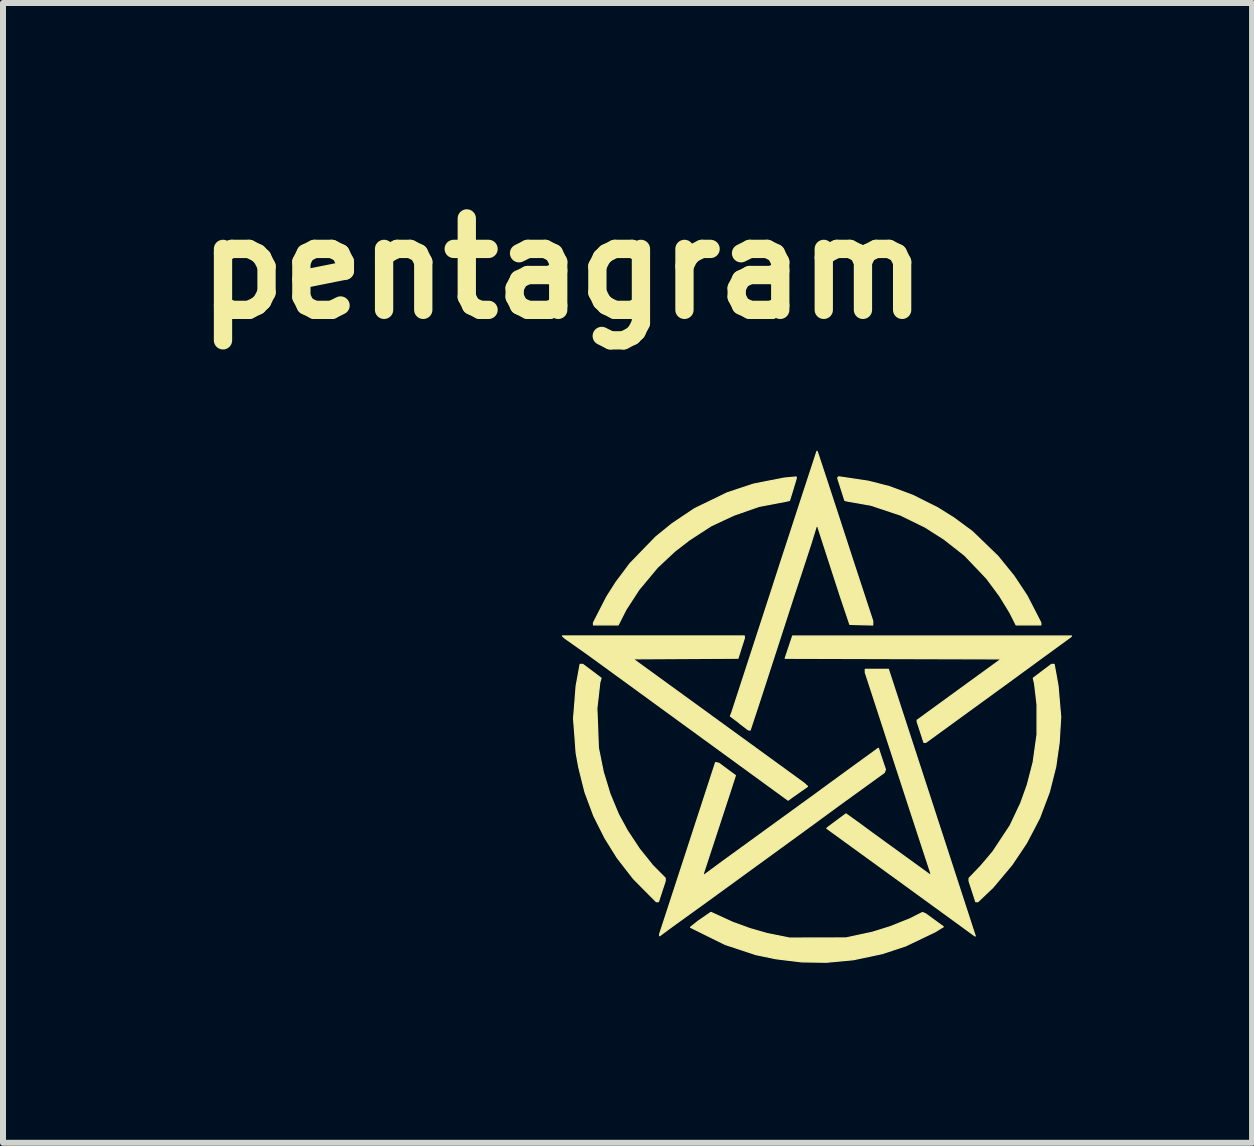
<source format=kicad_pcb>
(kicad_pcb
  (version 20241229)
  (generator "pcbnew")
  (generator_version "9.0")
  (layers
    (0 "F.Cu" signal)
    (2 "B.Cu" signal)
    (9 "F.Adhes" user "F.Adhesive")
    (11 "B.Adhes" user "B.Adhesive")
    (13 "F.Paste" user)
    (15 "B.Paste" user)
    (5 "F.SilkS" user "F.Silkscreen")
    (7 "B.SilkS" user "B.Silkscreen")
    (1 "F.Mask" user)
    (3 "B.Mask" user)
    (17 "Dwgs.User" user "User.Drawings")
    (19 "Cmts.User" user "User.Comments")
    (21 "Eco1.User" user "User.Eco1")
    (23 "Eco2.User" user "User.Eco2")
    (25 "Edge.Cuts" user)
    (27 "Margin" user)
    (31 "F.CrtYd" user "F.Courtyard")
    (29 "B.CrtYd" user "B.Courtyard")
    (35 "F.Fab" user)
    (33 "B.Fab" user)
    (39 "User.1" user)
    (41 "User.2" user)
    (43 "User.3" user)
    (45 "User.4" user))
  (footprint "pentagram"
    (layer "F.Cu")
    (at 6.328 4.474)
    (property "Reference" "pentagram" (at 0 -3.048 0) (layer "F.SilkS") (effects (font (size 1.524 1.524) (thickness 0.305))))
    (attr exclude_from_pos_files exclude_from_bom)
    (fp_poly (pts (xy 5.968 4.678) (xy 5.912 4.507) (xy 5.912 4.494) (xy 5.912 4.482) (xy 6.616 3.97) (xy 7.32 3.459) (xy 5.516 3.454) (xy 3.712 3.449) (xy 3.774 3.264) (xy 3.836 3.079) (xy 6.151 3.079) (xy 8.466 3.079) (xy 8.483 3.079) (xy 8.466 3.095) (xy 7.946 3.474) (xy 7.426 3.854) (xy 6.741 4.352) (xy 6.056 4.85) (xy 6.04 4.85) (xy 6.024 4.85) (xy 5.968 4.678)) (stroke (width 0.021) (type solid)) (fill yes) (layer "F.SilkS"))
    (fp_poly (pts (xy 2.092 4.6) (xy 0.423 3.385) (xy 0.233 3.251) (xy 0.043 3.117) (xy 0.02 3.097) (xy 0 3.078) (xy 1.524 3.078) (xy 3.029 3.078) (xy 3.029 3.097) (xy 3.029 3.117) (xy 2.976 3.282) (xy 2.924 3.448) (xy 2.046 3.453) (xy 1.168 3.458) (xy 2.598 4.496) (xy 4.027 5.534) (xy 4.055 5.56) (xy 4.083 5.585) (xy 3.955 5.675) (xy 3.827 5.765) (xy 3.793 5.79) (xy 3.76 5.814) (xy 2.092 4.6)) (stroke (width 0.021) (type solid)) (fill yes) (layer "F.SilkS"))
    (fp_poly (pts (xy 6.396 7.729) (xy 5.943 7.4) (xy 5.511 7.086) (xy 5.078 6.772) (xy 4.743 6.529) (xy 4.407 6.285) (xy 4.415 6.277) (xy 4.423 6.269) (xy 4.573 6.157) (xy 4.724 6.045) (xy 4.829 6.12) (xy 4.934 6.195) (xy 5.037 6.271) (xy 5.14 6.347) (xy 5.639 6.709) (xy 6.139 7.071) (xy 6.139 7.051) (xy 6.139 7.031) (xy 5.965 6.501) (xy 5.792 5.972) (xy 5.513 5.117) (xy 5.235 4.262) (xy 5.141 3.974) (xy 5.047 3.686) (xy 5.047 3.66) (xy 5.047 3.634) (xy 5.239 3.634) (xy 5.431 3.634) (xy 6.149 5.838) (xy 6.866 8.042) (xy 6.879 8.079) (xy 6.849 8.059) (xy 6.396 7.729)) (stroke (width 0.021) (type solid)) (fill yes) (layer "F.SilkS"))
    (fp_poly (pts (xy 1.621 8.042) (xy 1.628 8.02) (xy 2.053 6.718) (xy 2.477 5.416) (xy 2.514 5.302) (xy 2.551 5.189) (xy 2.579 5.195) (xy 2.606 5.201) (xy 2.743 5.303) (xy 2.88 5.404) (xy 2.812 5.615) (xy 2.743 5.826) (xy 2.546 6.428) (xy 2.349 7.029) (xy 2.349 7.051) (xy 2.349 7.073) (xy 2.499 6.962) (xy 2.648 6.852) (xy 3.451 6.269) (xy 4.255 5.686) (xy 4.347 5.618) (xy 4.44 5.55) (xy 4.852 5.25) (xy 5.264 4.951) (xy 5.322 5.127) (xy 5.381 5.302) (xy 5.372 5.328) (xy 5.363 5.353) (xy 4.995 5.619) (xy 4.627 5.885) (xy 4.328 6.104) (xy 4.03 6.322) (xy 3.209 6.919) (xy 2.389 7.515) (xy 2.107 7.718) (xy 1.826 7.921) (xy 1.728 7.993) (xy 1.618 8.074) (xy 1.621 8.042)) (stroke (width 0.021) (type solid)) (fill yes) (layer "F.SilkS"))
    (fp_poly (pts (xy 2.95 4.527) (xy 2.799 4.414) (xy 2.81 4.384) (xy 2.822 4.355) (xy 3.092 3.526) (xy 3.362 2.697) (xy 3.496 2.285) (xy 3.629 1.873) (xy 3.784 1.399) (xy 3.938 0.926) (xy 4.083 0.483) (xy 4.228 0.04) (xy 4.233 0.023) (xy 4.242 0) (xy 4.252 0.027) (xy 4.263 0.059) (xy 4.416 0.523) (xy 4.568 0.988) (xy 4.702 1.399) (xy 4.836 1.811) (xy 5.003 2.32) (xy 5.17 2.829) (xy 5.17 2.862) (xy 5.17 2.894) (xy 4.979 2.889) (xy 4.789 2.884) (xy 4.706 2.637) (xy 4.623 2.39) (xy 4.438 1.819) (xy 4.253 1.247) (xy 4.242 1.247) (xy 4.23 1.247) (xy 4.184 1.396) (xy 4.138 1.545) (xy 3.986 2.009) (xy 3.834 2.472) (xy 3.564 3.306) (xy 3.293 4.141) (xy 3.21 4.393) (xy 3.127 4.645) (xy 3.114 4.644) (xy 3.1 4.644) (xy 2.949 4.53) (xy 2.95 4.527)) (stroke (width 0.021) (type solid)) (fill yes) (layer "F.SilkS"))
    (fp_poly (pts (xy 3.77 8.484) (xy 3.554 8.457) (xy 3.389 8.423) (xy 3.224 8.389) (xy 2.968 8.304) (xy 2.713 8.22) (xy 2.423 8.077) (xy 2.134 7.934) (xy 2.195 7.885) (xy 2.256 7.836) (xy 2.365 7.761) (xy 2.473 7.686) (xy 2.653 7.768) (xy 2.833 7.851) (xy 2.977 7.903) (xy 3.121 7.956) (xy 3.266 7.998) (xy 3.41 8.039) (xy 3.595 8.076) (xy 3.781 8.114) (xy 4.254 8.113) (xy 4.728 8.112) (xy 4.944 8.065) (xy 5.16 8.019) (xy 5.315 7.971) (xy 5.469 7.923) (xy 5.63 7.858) (xy 5.791 7.794) (xy 5.895 7.741) (xy 5.999 7.689) (xy 6.025 7.699) (xy 6.051 7.71) (xy 6.198 7.817) (xy 6.346 7.925) (xy 6.278 7.966) (xy 6.211 8.008) (xy 5.964 8.126) (xy 5.717 8.244) (xy 5.523 8.308) (xy 5.329 8.372) (xy 5.088 8.423) (xy 4.847 8.474) (xy 4.623 8.495) (xy 4.398 8.516) (xy 4.192 8.513) (xy 3.987 8.51) (xy 3.77 8.483) (xy 3.77 8.484)) (stroke (width 0.021) (type solid)) (fill yes) (layer "F.SilkS"))
    (fp_poly (pts (xy 7.508 2.788) (xy 7.455 2.684) (xy 7.371 2.547) (xy 7.287 2.41) (xy 7.179 2.264) (xy 7.071 2.118) (xy 6.888 1.926) (xy 6.705 1.734) (xy 6.531 1.597) (xy 6.357 1.461) (xy 6.201 1.362) (xy 6.046 1.263) (xy 5.84 1.162) (xy 5.634 1.061) (xy 5.387 0.979) (xy 5.14 0.897) (xy 4.944 0.862) (xy 4.748 0.828) (xy 4.727 0.823) (xy 4.706 0.818) (xy 4.646 0.63) (xy 4.587 0.443) (xy 4.596 0.434) (xy 4.605 0.425) (xy 4.852 0.462) (xy 5.099 0.499) (xy 5.274 0.544) (xy 5.449 0.589) (xy 5.645 0.662) (xy 5.84 0.735) (xy 6.045 0.838) (xy 6.25 0.94) (xy 6.385 1.025) (xy 6.52 1.109) (xy 6.675 1.223) (xy 6.829 1.337) (xy 7.043 1.543) (xy 7.257 1.75) (xy 7.388 1.912) (xy 7.52 2.074) (xy 7.631 2.241) (xy 7.742 2.409) (xy 7.857 2.633) (xy 7.972 2.857) (xy 7.972 2.875) (xy 7.972 2.893) (xy 7.766 2.893) (xy 7.561 2.893) (xy 7.508 2.788)) (stroke (width 0.021) (type solid)) (fill yes) (layer "F.SilkS"))
    (fp_poly (pts (xy 0.516 2.875) (xy 0.516 2.857) (xy 0.627 2.64) (xy 0.738 2.424) (xy 0.815 2.303) (xy 0.892 2.182) (xy 1.008 2.028) (xy 1.123 1.873) (xy 1.339 1.65) (xy 1.555 1.427) (xy 1.69 1.318) (xy 1.824 1.209) (xy 2.013 1.082) (xy 2.203 0.955) (xy 2.472 0.825) (xy 2.741 0.694) (xy 2.962 0.62) (xy 3.183 0.547) (xy 3.441 0.496) (xy 3.698 0.446) (xy 3.796 0.437) (xy 3.894 0.428) (xy 3.894 0.44) (xy 3.894 0.453) (xy 3.839 0.636) (xy 3.783 0.818) (xy 3.761 0.823) (xy 3.74 0.828) (xy 3.507 0.873) (xy 3.275 0.917) (xy 3.066 0.99) (xy 2.857 1.063) (xy 2.665 1.152) (xy 2.474 1.242) (xy 2.293 1.359) (xy 2.112 1.477) (xy 1.989 1.572) (xy 1.866 1.667) (xy 1.723 1.801) (xy 1.58 1.935) (xy 1.426 2.12) (xy 1.271 2.306) (xy 1.163 2.473) (xy 1.055 2.639) (xy 0.991 2.766) (xy 0.927 2.893) (xy 0.722 2.893) (xy 0.516 2.893) (xy 0.516 2.875) (xy 0.516 2.875)) (stroke (width 0.021) (type solid)) (fill yes) (layer "F.SilkS"))
    (fp_poly (pts (xy 1.373 7.316) (xy 1.184 7.125) (xy 1.047 6.949) (xy 0.911 6.773) (xy 0.808 6.608) (xy 0.705 6.442) (xy 0.613 6.259) (xy 0.521 6.075) (xy 0.448 5.879) (xy 0.375 5.683) (xy 0.323 5.477) (xy 0.272 5.271) (xy 0.249 5.148) (xy 0.227 5.025) (xy 0.206 4.74) (xy 0.184 4.454) (xy 0.206 4.183) (xy 0.227 3.912) (xy 0.26 3.732) (xy 0.293 3.552) (xy 0.315 3.552) (xy 0.337 3.552) (xy 0.489 3.666) (xy 0.641 3.781) (xy 0.631 3.816) (xy 0.62 3.85) (xy 0.596 4.067) (xy 0.571 4.283) (xy 0.584 4.612) (xy 0.596 4.942) (xy 0.637 5.144) (xy 0.678 5.346) (xy 0.733 5.525) (xy 0.787 5.704) (xy 0.859 5.879) (xy 0.932 6.054) (xy 1.005 6.188) (xy 1.078 6.322) (xy 1.18 6.476) (xy 1.282 6.631) (xy 1.391 6.766) (xy 1.5 6.902) (xy 1.605 7.008) (xy 1.71 7.114) (xy 1.71 7.139) (xy 1.71 7.164) (xy 1.654 7.335) (xy 1.598 7.506) (xy 1.58 7.506) (xy 1.562 7.506) (xy 1.373 7.316)) (stroke (width 0.021) (type solid)) (fill yes) (layer "F.SilkS"))
    (fp_poly (pts (xy 6.833 7.335) (xy 6.777 7.164) (xy 6.777 7.14) (xy 6.777 7.117) (xy 6.872 7.018) (xy 6.967 6.919) (xy 7.072 6.796) (xy 7.176 6.672) (xy 7.318 6.457) (xy 7.46 6.242) (xy 7.549 6.055) (xy 7.637 5.869) (xy 7.693 5.714) (xy 7.748 5.56) (xy 7.797 5.371) (xy 7.846 5.182) (xy 7.878 4.953) (xy 7.91 4.724) (xy 7.91 4.472) (xy 7.91 4.22) (xy 7.89 4.046) (xy 7.869 3.871) (xy 7.858 3.826) (xy 7.848 3.781) (xy 8 3.666) (xy 8.152 3.552) (xy 8.173 3.552) (xy 8.194 3.552) (xy 8.227 3.732) (xy 8.259 3.912) (xy 8.281 4.17) (xy 8.303 4.427) (xy 8.29 4.643) (xy 8.277 4.86) (xy 8.248 5.059) (xy 8.22 5.258) (xy 8.167 5.468) (xy 8.114 5.677) (xy 8.032 5.895) (xy 7.95 6.112) (xy 7.841 6.322) (xy 7.731 6.531) (xy 7.61 6.712) (xy 7.489 6.892) (xy 7.331 7.081) (xy 7.173 7.269) (xy 7.048 7.388) (xy 6.924 7.506) (xy 6.906 7.506) (xy 6.888 7.506) (xy 6.833 7.335)) (stroke (width 0.021) (type solid)) (fill yes) (layer "F.SilkS")))
  (gr_rect
    (start -3 -3)
    (end 17.822 16.001)
    (stroke (width 0.1) (type default))
    (fill no)
    (layer "Edge.Cuts")))
</source>
